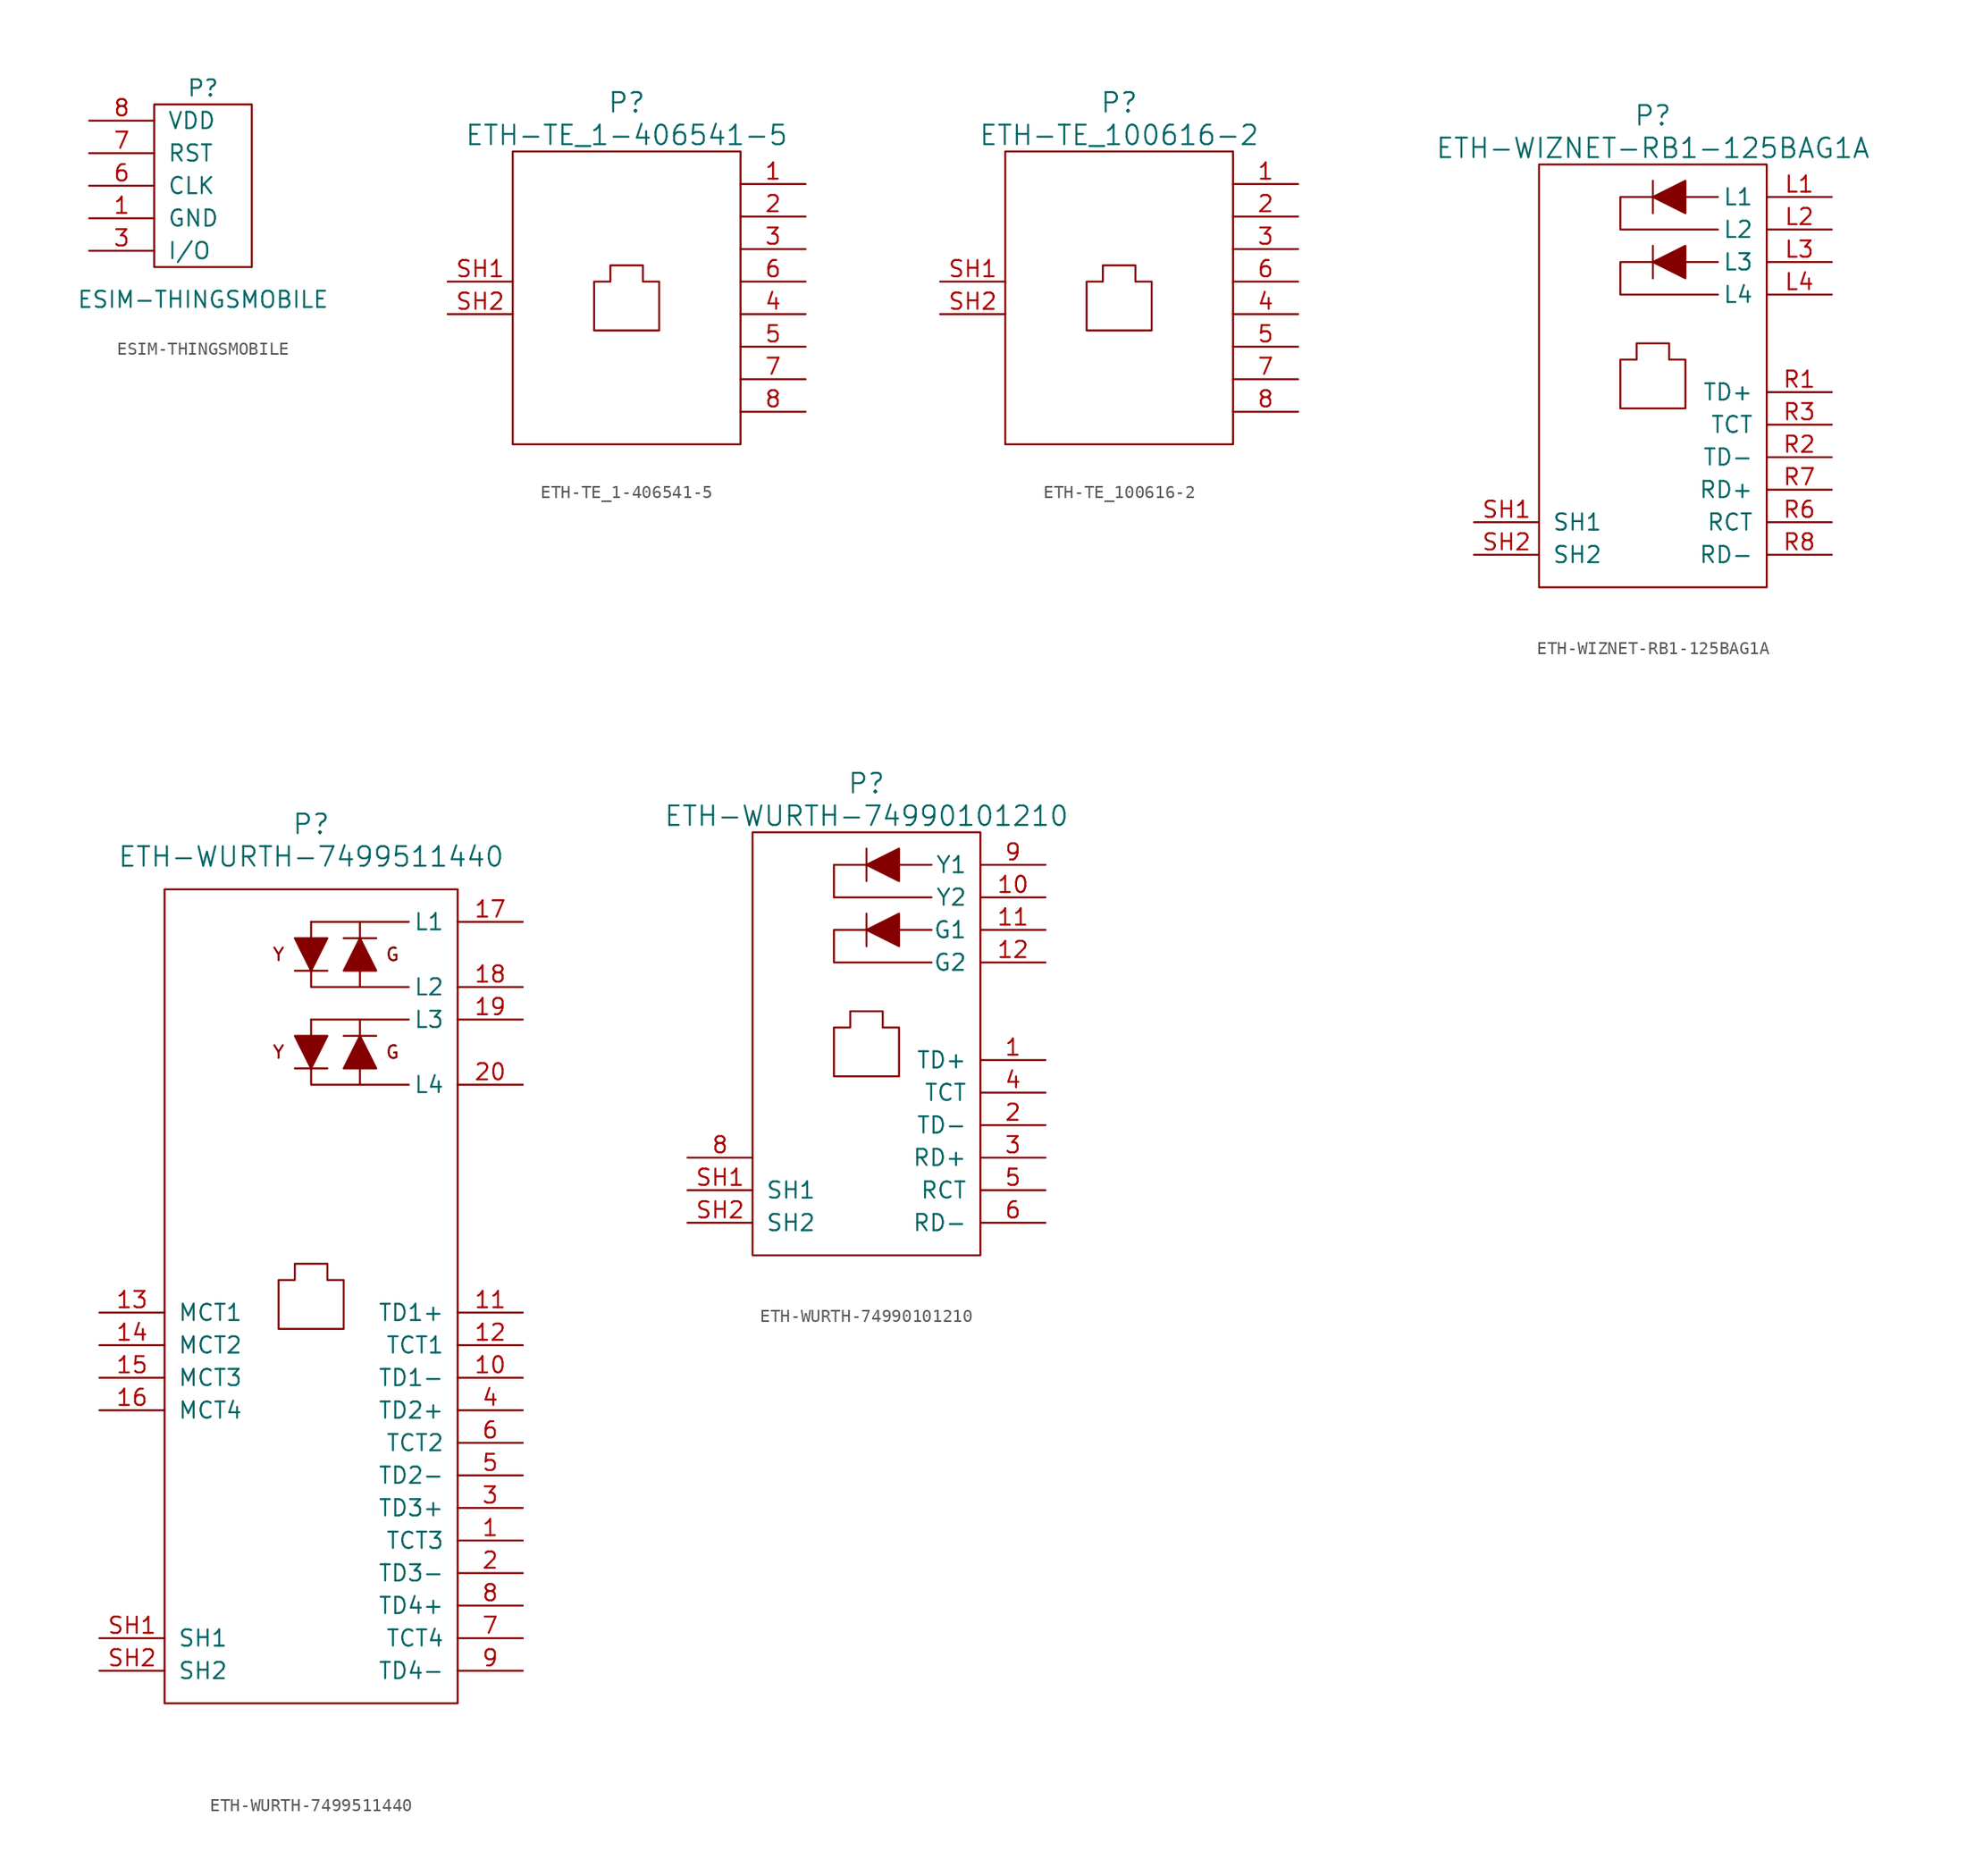
<source format=kicad_sym>
(kicad_symbol_lib
  (version 20201005)
  (generator kicad_symbol_editor)
  (symbol "ESIM-THINGSMOBILE"
    (pin_names
      (offset 1.016))
    (property "Reference" "P"
      (at 0 7.62 0)
      (effects (font (size 1.27 1.27))))
    (property "Value" "ESIM-THINGSMOBILE"
      (at 0 -8.89 0)
      (effects (font (size 1.27 1.27))))
    (symbol "ESIM-THINGSMOBILE_0_1"
      (rectangle (start -3.81 6.35) (end 3.81 -6.35) (stroke (width 0)) (fill (type none))))
    (symbol "ESIM-THINGSMOBILE_1_1"
      (pin power_in line (at -8.89 -2.54 0) (length 5.08) (name "GND" (effects (font (size 1.27 1.27)))) (number "1" (effects (font (size 1.27 1.27)))))
      (pin bidirectional line (at -8.89 -5.08 0) (length 5.08) (name "I/O" (effects (font (size 1.27 1.27)))) (number "3" (effects (font (size 1.27 1.27)))))
      (pin input line (at -8.89 0 0) (length 5.08) (name "CLK" (effects (font (size 1.27 1.27)))) (number "6" (effects (font (size 1.27 1.27)))))
      (pin input line (at -8.89 2.54 0) (length 5.08) (name "RST" (effects (font (size 1.27 1.27)))) (number "7" (effects (font (size 1.27 1.27)))))
      (pin power_in line (at -8.89 5.08 0) (length 5.08) (name "VDD" (effects (font (size 1.27 1.27)))) (number "8" (effects (font (size 1.27 1.27)))))))
  (symbol "ETH-TE_1-406541-5"
    (pin_names
      (offset 1.016))
    (property "Reference" "P"
      (at 0 15.24 0)
      (effects (font (size 1.524 1.524))))
    (property "Value" "ETH-TE_1-406541-5"
      (at 0 12.7 0)
      (effects (font (size 1.524 1.524))))
    (symbol "ETH-TE_1-406541-5_0_1"
      (rectangle (start 8.89 11.43) (end -8.89 -11.43) (stroke (width 0)) (fill (type none)))
      (polyline (pts (xy -2.54 -2.54) (xy 2.54 -2.54) (xy 2.54 0) (xy 2.54 1.27) (xy 1.27 1.27) (xy 1.27 2.54) (xy -1.27 2.54) (xy -1.27 1.27) (xy -2.54 1.27) (xy -2.54 -2.54)) (stroke (width 0)) (fill (type none))))
    (symbol "ETH-TE_1-406541-5_1_1"
      (pin passive line (at 13.97 8.89 180) (length 5.08) (name "~" (effects (font (size 1.27 1.27)))) (number "1" (effects (font (size 1.27 1.27)))))
      (pin passive line (at 13.97 6.35 180) (length 5.08) (name "~" (effects (font (size 1.27 1.27)))) (number "2" (effects (font (size 1.27 1.27)))))
      (pin passive line (at 13.97 3.81 180) (length 5.08) (name "~" (effects (font (size 1.27 1.27)))) (number "3" (effects (font (size 1.27 1.27)))))
      (pin passive line (at 13.97 -1.27 180) (length 5.08) (name "~" (effects (font (size 1.27 1.27)))) (number "4" (effects (font (size 1.27 1.27)))))
      (pin passive line (at 13.97 -3.81 180) (length 5.08) (name "~" (effects (font (size 1.27 1.27)))) (number "5" (effects (font (size 1.27 1.27)))))
      (pin passive line (at 13.97 1.27 180) (length 5.08) (name "~" (effects (font (size 1.27 1.27)))) (number "6" (effects (font (size 1.27 1.27)))))
      (pin bidirectional line (at 13.97 -6.35 180) (length 5.08) (name "~" (effects (font (size 1.27 1.27)))) (number "7" (effects (font (size 1.27 1.27)))))
      (pin passive line (at 13.97 -8.89 180) (length 5.08) (name "~" (effects (font (size 1.27 1.27)))) (number "8" (effects (font (size 1.27 1.27)))))
      (pin passive line (at -13.97 1.27 0) (length 5.08) (name "~" (effects (font (size 1.27 1.27)))) (number "SH1" (effects (font (size 1.27 1.27)))))
      (pin passive line (at -13.97 -1.27 0) (length 5.08) (name "~" (effects (font (size 1.27 1.27)))) (number "SH2" (effects (font (size 1.27 1.27)))))))
  (symbol "ETH-TE_100616-2"
    (pin_names
      (offset 1.016))
    (property "Reference" "P"
      (at 0 15.24 0)
      (effects (font (size 1.524 1.524))))
    (property "Value" "ETH-TE_100616-2"
      (at 0 12.7 0)
      (effects (font (size 1.524 1.524))))
    (symbol "ETH-TE_100616-2_0_1"
      (rectangle (start 8.89 11.43) (end -8.89 -11.43) (stroke (width 0)) (fill (type none)))
      (polyline (pts (xy -2.54 -2.54) (xy 2.54 -2.54) (xy 2.54 0) (xy 2.54 1.27) (xy 1.27 1.27) (xy 1.27 2.54) (xy -1.27 2.54) (xy -1.27 1.27) (xy -2.54 1.27) (xy -2.54 -2.54)) (stroke (width 0)) (fill (type none))))
    (symbol "ETH-TE_100616-2_1_1"
      (pin passive line (at 13.97 8.89 180) (length 5.08) (name "~" (effects (font (size 1.27 1.27)))) (number "1" (effects (font (size 1.27 1.27)))))
      (pin passive line (at 13.97 6.35 180) (length 5.08) (name "~" (effects (font (size 1.27 1.27)))) (number "2" (effects (font (size 1.27 1.27)))))
      (pin passive line (at 13.97 3.81 180) (length 5.08) (name "~" (effects (font (size 1.27 1.27)))) (number "3" (effects (font (size 1.27 1.27)))))
      (pin passive line (at 13.97 -1.27 180) (length 5.08) (name "~" (effects (font (size 1.27 1.27)))) (number "4" (effects (font (size 1.27 1.27)))))
      (pin passive line (at 13.97 -3.81 180) (length 5.08) (name "~" (effects (font (size 1.27 1.27)))) (number "5" (effects (font (size 1.27 1.27)))))
      (pin passive line (at 13.97 1.27 180) (length 5.08) (name "~" (effects (font (size 1.27 1.27)))) (number "6" (effects (font (size 1.27 1.27)))))
      (pin bidirectional line (at 13.97 -6.35 180) (length 5.08) (name "~" (effects (font (size 1.27 1.27)))) (number "7" (effects (font (size 1.27 1.27)))))
      (pin passive line (at 13.97 -8.89 180) (length 5.08) (name "~" (effects (font (size 1.27 1.27)))) (number "8" (effects (font (size 1.27 1.27)))))
      (pin passive line (at -13.97 1.27 0) (length 5.08) (name "~" (effects (font (size 1.27 1.27)))) (number "SH1" (effects (font (size 1.27 1.27)))))
      (pin passive line (at -13.97 -1.27 0) (length 5.08) (name "~" (effects (font (size 1.27 1.27)))) (number "SH2" (effects (font (size 1.27 1.27)))))))
  (symbol "ETH-WIZNET-RB1-125BAG1A"
    (pin_names
      (offset 1.016))
    (property "Reference" "P"
      (at 0 20.32 0)
      (effects (font (size 1.524 1.524))))
    (property "Value" "ETH-WIZNET-RB1-125BAG1A"
      (at 0 17.78 0)
      (effects (font (size 1.524 1.524))))
    (symbol "ETH-WIZNET-RB1-125BAG1A_0_1"
      (rectangle (start 8.89 16.51) (end -8.89 -16.51) (stroke (width 0)) (fill (type none)))
      (polyline (pts (xy 0 10.16) (xy 0 7.62)) (stroke (width 0)) (fill (type none)))
      (polyline (pts (xy 0 15.24) (xy 0 12.7)) (stroke (width 0)) (fill (type none)))
      (polyline (pts (xy 5.08 8.89) (xy 2.54 8.89)) (stroke (width 0)) (fill (type none)))
      (polyline (pts (xy 0 8.89) (xy -2.54 8.89) (xy -2.54 6.35) (xy 5.08 6.35)) (stroke (width 0)) (fill (type none)))
      (polyline (pts (xy 0 13.97) (xy -2.54 13.97) (xy -2.54 11.43) (xy 5.08 11.43)) (stroke (width 0)) (fill (type none)))
      (polyline (pts (xy 2.54 8.89) (xy 2.54 10.16) (xy 0 8.89) (xy 2.54 7.62) (xy 2.54 8.89)) (stroke (width 0)) (fill (type outline)))
      (polyline (pts (xy 5.08 13.97) (xy 2.54 13.97) (xy 2.54 15.24) (xy 0 13.97) (xy 2.54 12.7) (xy 2.54 13.97)) (stroke (width 0)) (fill (type outline)))
      (polyline (pts (xy -2.54 -2.54) (xy 2.54 -2.54) (xy 2.54 0) (xy 2.54 1.27) (xy 1.27 1.27) (xy 1.27 2.54) (xy -1.27 2.54) (xy -1.27 1.27) (xy -2.54 1.27) (xy -2.54 -2.54)) (stroke (width 0)) (fill (type none))))
    (symbol "ETH-WIZNET-RB1-125BAG1A_1_1"
      (pin passive line (at 13.97 13.97 180) (length 5.08) (name "L1" (effects (font (size 1.27 1.27)))) (number "L1" (effects (font (size 1.27 1.27)))))
      (pin passive line (at 13.97 11.43 180) (length 5.08) (name "L2" (effects (font (size 1.27 1.27)))) (number "L2" (effects (font (size 1.27 1.27)))))
      (pin passive line (at 13.97 8.89 180) (length 5.08) (name "L3" (effects (font (size 1.27 1.27)))) (number "L3" (effects (font (size 1.27 1.27)))))
      (pin passive line (at 13.97 6.35 180) (length 5.08) (name "L4" (effects (font (size 1.27 1.27)))) (number "L4" (effects (font (size 1.27 1.27)))))
      (pin passive line (at 13.97 -1.27 180) (length 5.08) (name "TD+" (effects (font (size 1.27 1.27)))) (number "R1" (effects (font (size 1.27 1.27)))))
      (pin passive line (at 13.97 -6.35 180) (length 5.08) (name "TD-" (effects (font (size 1.27 1.27)))) (number "R2" (effects (font (size 1.27 1.27)))))
      (pin passive line (at 13.97 -3.81 180) (length 5.08) (name "TCT" (effects (font (size 1.27 1.27)))) (number "R3" (effects (font (size 1.27 1.27)))))
      (pin unconnected line (at -13.97 -3.81 0) (length 5.08) hide (name "R4" (effects (font (size 1.27 1.27)))) (number "R4" (effects (font (size 1.27 1.27)))))
      (pin unconnected line (at -13.97 -6.35 0) (length 5.08) hide (name "R5" (effects (font (size 1.27 1.27)))) (number "R5" (effects (font (size 1.27 1.27)))))
      (pin passive line (at 13.97 -11.43 180) (length 5.08) (name "RCT" (effects (font (size 1.27 1.27)))) (number "R6" (effects (font (size 1.27 1.27)))))
      (pin passive line (at 13.97 -8.89 180) (length 5.08) (name "RD+" (effects (font (size 1.27 1.27)))) (number "R7" (effects (font (size 1.27 1.27)))))
      (pin passive line (at 13.97 -13.97 180) (length 5.08) (name "RD-" (effects (font (size 1.27 1.27)))) (number "R8" (effects (font (size 1.27 1.27)))))
      (pin passive line (at -13.97 -11.43 0) (length 5.08) (name "SH1" (effects (font (size 1.27 1.27)))) (number "SH1" (effects (font (size 1.27 1.27)))))
      (pin passive line (at -13.97 -13.97 0) (length 5.08) (name "SH2" (effects (font (size 1.27 1.27)))) (number "SH2" (effects (font (size 1.27 1.27)))))))
  (symbol "ETH-WURTH-7499511440"
    (pin_names
      (offset 1.016))
    (property "Reference" "P"
      (at 0 36.83 0)
      (effects (font (size 1.524 1.524))))
    (property "Value" "ETH-WURTH-7499511440"
      (at 0 34.29 0)
      (effects (font (size 1.524 1.524))))
    (symbol "ETH-WURTH-7499511440_0_0"
      (text "G" (at 6.35 19.05 0) (effects (font (size 0.991 0.991))))
      (text "G" (at 6.35 26.67 0) (effects (font (size 0.991 0.991))))
      (text "Y" (at -2.54 19.05 0) (effects (font (size 0.991 0.991))))
      (text "Y" (at -2.54 26.67 0) (effects (font (size 0.991 0.991)))))
    (symbol "ETH-WURTH-7499511440_0_1"
      (rectangle (start 11.43 31.75) (end -11.43 -31.75) (stroke (width 0)) (fill (type none)))
      (polyline (pts (xy -1.27 17.78) (xy 1.27 17.78)) (stroke (width 0)) (fill (type none)))
      (polyline (pts (xy -1.27 25.4) (xy 1.27 25.4)) (stroke (width 0)) (fill (type none)))
      (polyline (pts (xy 0 21.59) (xy 0 20.32)) (stroke (width 0)) (fill (type none)))
      (polyline (pts (xy 0 29.21) (xy 0 27.94)) (stroke (width 0)) (fill (type none)))
      (polyline (pts (xy 2.54 20.32) (xy 5.08 20.32)) (stroke (width 0)) (fill (type none)))
      (polyline (pts (xy 2.54 27.94) (xy 5.08 27.94)) (stroke (width 0)) (fill (type none)))
      (polyline (pts (xy 3.81 16.51) (xy 7.62 16.51)) (stroke (width 0)) (fill (type none)))
      (polyline (pts (xy 3.81 21.59) (xy 7.62 21.59)) (stroke (width 0)) (fill (type none)))
      (polyline (pts (xy 3.81 24.13) (xy 7.62 24.13)) (stroke (width 0)) (fill (type none)))
      (polyline (pts (xy 3.81 29.21) (xy 7.62 29.21)) (stroke (width 0)) (fill (type none)))
      (polyline (pts (xy 3.81 20.32) (xy 3.81 21.59) (xy 0 21.59)) (stroke (width 0)) (fill (type none)))
      (polyline (pts (xy 3.81 27.94) (xy 3.81 29.21) (xy 0 29.21)) (stroke (width 0)) (fill (type none)))
      (polyline (pts (xy 0 17.78) (xy 0 16.51) (xy 3.81 16.51) (xy 3.81 17.78)) (stroke (width 0)) (fill (type none)))
      (polyline (pts (xy 0 25.4) (xy 0 24.13) (xy 3.81 24.13) (xy 3.81 25.4)) (stroke (width 0)) (fill (type none)))
      (polyline (pts (xy 0 20.32) (xy -1.27 20.32) (xy 0 17.78) (xy 1.27 20.32) (xy 0 20.32)) (stroke (width 0)) (fill (type outline)))
      (polyline (pts (xy 0 27.94) (xy -1.27 27.94) (xy 0 25.4) (xy 1.27 27.94) (xy 0 27.94)) (stroke (width 0)) (fill (type outline)))
      (polyline (pts (xy -2.54 -2.54) (xy 2.54 -2.54) (xy 2.54 0) (xy 2.54 1.27) (xy 1.27 1.27) (xy 1.27 2.54) (xy -1.27 2.54) (xy -1.27 1.27) (xy -2.54 1.27) (xy -2.54 -2.54)) (stroke (width 0)) (fill (type none))))
    (symbol "ETH-WURTH-7499511440_1_1"
      (polyline (pts (xy 3.81 17.78) (xy 5.08 17.78) (xy 3.81 20.32) (xy 2.54 17.78) (xy 3.81 17.78)) (stroke (width 0)) (fill (type outline)))
      (polyline (pts (xy 3.81 25.4) (xy 5.08 25.4) (xy 3.81 27.94) (xy 2.54 25.4) (xy 3.81 25.4)) (stroke (width 0)) (fill (type outline)))
      (pin passive line (at 16.51 -19.05 180) (length 5.08) (name "TCT3" (effects (font (size 1.27 1.27)))) (number "1" (effects (font (size 1.27 1.27)))))
      (pin passive line (at 16.51 -6.35 180) (length 5.08) (name "TD1-" (effects (font (size 1.27 1.27)))) (number "10" (effects (font (size 1.27 1.27)))))
      (pin passive line (at 16.51 -1.27 180) (length 5.08) (name "TD1+" (effects (font (size 1.27 1.27)))) (number "11" (effects (font (size 1.27 1.27)))))
      (pin passive line (at 16.51 -3.81 180) (length 5.08) (name "TCT1" (effects (font (size 1.27 1.27)))) (number "12" (effects (font (size 1.27 1.27)))))
      (pin passive line (at -16.51 -1.27 0) (length 5.08) (name "MCT1" (effects (font (size 1.27 1.27)))) (number "13" (effects (font (size 1.27 1.27)))))
      (pin passive line (at -16.51 -3.81 0) (length 5.08) (name "MCT2" (effects (font (size 1.27 1.27)))) (number "14" (effects (font (size 1.27 1.27)))))
      (pin passive line (at -16.51 -6.35 0) (length 5.08) (name "MCT3" (effects (font (size 1.27 1.27)))) (number "15" (effects (font (size 1.27 1.27)))))
      (pin passive line (at -16.51 -8.89 0) (length 5.08) (name "MCT4" (effects (font (size 1.27 1.27)))) (number "16" (effects (font (size 1.27 1.27)))))
      (pin passive line (at 16.51 29.21 180) (length 5.08) (name "L1" (effects (font (size 1.27 1.27)))) (number "17" (effects (font (size 1.27 1.27)))))
      (pin passive line (at 16.51 24.13 180) (length 5.08) (name "L2" (effects (font (size 1.27 1.27)))) (number "18" (effects (font (size 1.27 1.27)))))
      (pin passive line (at 16.51 21.59 180) (length 5.08) (name "L3" (effects (font (size 1.27 1.27)))) (number "19" (effects (font (size 1.27 1.27)))))
      (pin passive line (at 16.51 -21.59 180) (length 5.08) (name "TD3-" (effects (font (size 1.27 1.27)))) (number "2" (effects (font (size 1.27 1.27)))))
      (pin passive line (at 16.51 16.51 180) (length 5.08) (name "L4" (effects (font (size 1.27 1.27)))) (number "20" (effects (font (size 1.27 1.27)))))
      (pin passive line (at 16.51 -16.51 180) (length 5.08) (name "TD3+" (effects (font (size 1.27 1.27)))) (number "3" (effects (font (size 1.27 1.27)))))
      (pin passive line (at 16.51 -8.89 180) (length 5.08) (name "TD2+" (effects (font (size 1.27 1.27)))) (number "4" (effects (font (size 1.27 1.27)))))
      (pin passive line (at 16.51 -13.97 180) (length 5.08) (name "TD2-" (effects (font (size 1.27 1.27)))) (number "5" (effects (font (size 1.27 1.27)))))
      (pin passive line (at 16.51 -11.43 180) (length 5.08) (name "TCT2" (effects (font (size 1.27 1.27)))) (number "6" (effects (font (size 1.27 1.27)))))
      (pin passive line (at 16.51 -26.67 180) (length 5.08) (name "TCT4" (effects (font (size 1.27 1.27)))) (number "7" (effects (font (size 1.27 1.27)))))
      (pin passive line (at 16.51 -24.13 180) (length 5.08) (name "TD4+" (effects (font (size 1.27 1.27)))) (number "8" (effects (font (size 1.27 1.27)))))
      (pin passive line (at 16.51 -29.21 180) (length 5.08) (name "TD4-" (effects (font (size 1.27 1.27)))) (number "9" (effects (font (size 1.27 1.27)))))
      (pin passive line (at -16.51 -26.67 0) (length 5.08) (name "SH1" (effects (font (size 1.27 1.27)))) (number "SH1" (effects (font (size 1.27 1.27)))))
      (pin passive line (at -16.51 -29.21 0) (length 5.08) (name "SH2" (effects (font (size 1.27 1.27)))) (number "SH2" (effects (font (size 1.27 1.27)))))))
  (symbol "ETH-WURTH-74990101210"
    (pin_names
      (offset 1.016))
    (property "Reference" "P"
      (at 0 20.32 0)
      (effects (font (size 1.524 1.524))))
    (property "Value" "ETH-WURTH-74990101210"
      (at 0 17.78 0)
      (effects (font (size 1.524 1.524))))
    (symbol "ETH-WURTH-74990101210_0_1"
      (rectangle (start 8.89 16.51) (end -8.89 -16.51) (stroke (width 0)) (fill (type none)))
      (polyline (pts (xy 0 10.16) (xy 0 7.62)) (stroke (width 0)) (fill (type none)))
      (polyline (pts (xy 0 15.24) (xy 0 12.7)) (stroke (width 0)) (fill (type none)))
      (polyline (pts (xy 5.08 8.89) (xy 2.54 8.89)) (stroke (width 0)) (fill (type none)))
      (polyline (pts (xy 0 8.89) (xy -2.54 8.89) (xy -2.54 6.35) (xy 5.08 6.35)) (stroke (width 0)) (fill (type none)))
      (polyline (pts (xy 0 13.97) (xy -2.54 13.97) (xy -2.54 11.43) (xy 5.08 11.43)) (stroke (width 0)) (fill (type none)))
      (polyline (pts (xy 2.54 8.89) (xy 2.54 10.16) (xy 0 8.89) (xy 2.54 7.62) (xy 2.54 8.89)) (stroke (width 0)) (fill (type outline)))
      (polyline (pts (xy 5.08 13.97) (xy 2.54 13.97) (xy 2.54 15.24) (xy 0 13.97) (xy 2.54 12.7) (xy 2.54 13.97)) (stroke (width 0)) (fill (type outline)))
      (polyline (pts (xy -2.54 -2.54) (xy 2.54 -2.54) (xy 2.54 0) (xy 2.54 1.27) (xy 1.27 1.27) (xy 1.27 2.54) (xy -1.27 2.54) (xy -1.27 1.27) (xy -2.54 1.27) (xy -2.54 -2.54)) (stroke (width 0)) (fill (type none))))
    (symbol "ETH-WURTH-74990101210_1_1"
      (pin passive line (at 13.97 -1.27 180) (length 5.08) (name "TD+" (effects (font (size 1.27 1.27)))) (number "1" (effects (font (size 1.27 1.27)))))
      (pin passive line (at 13.97 11.43 180) (length 5.08) (name "Y2" (effects (font (size 1.27 1.27)))) (number "10" (effects (font (size 1.27 1.27)))))
      (pin passive line (at 13.97 8.89 180) (length 5.08) (name "G1" (effects (font (size 1.27 1.27)))) (number "11" (effects (font (size 1.27 1.27)))))
      (pin passive line (at 13.97 6.35 180) (length 5.08) (name "G2" (effects (font (size 1.27 1.27)))) (number "12" (effects (font (size 1.27 1.27)))))
      (pin passive line (at 13.97 -6.35 180) (length 5.08) (name "TD-" (effects (font (size 1.27 1.27)))) (number "2" (effects (font (size 1.27 1.27)))))
      (pin passive line (at 13.97 -8.89 180) (length 5.08) (name "RD+" (effects (font (size 1.27 1.27)))) (number "3" (effects (font (size 1.27 1.27)))))
      (pin passive line (at 13.97 -3.81 180) (length 5.08) (name "TCT" (effects (font (size 1.27 1.27)))) (number "4" (effects (font (size 1.27 1.27)))))
      (pin passive line (at 13.97 -11.43 180) (length 5.08) (name "RCT" (effects (font (size 1.27 1.27)))) (number "5" (effects (font (size 1.27 1.27)))))
      (pin passive line (at 13.97 -13.97 180) (length 5.08) (name "RD-" (effects (font (size 1.27 1.27)))) (number "6" (effects (font (size 1.27 1.27)))))
      (pin unconnected line (at -13.97 -6.35 0) (length 5.08) hide (name "~" (effects (font (size 1.27 1.27)))) (number "7" (effects (font (size 1.27 1.27)))))
      (pin passive line (at -13.97 -8.89 0) (length 5.08) (name "~" (effects (font (size 1.27 1.27)))) (number "8" (effects (font (size 1.27 1.27)))))
      (pin passive line (at 13.97 13.97 180) (length 5.08) (name "Y1" (effects (font (size 1.27 1.27)))) (number "9" (effects (font (size 1.27 1.27)))))
      (pin passive line (at -13.97 -11.43 0) (length 5.08) (name "SH1" (effects (font (size 1.27 1.27)))) (number "SH1" (effects (font (size 1.27 1.27)))))
      (pin passive line (at -13.97 -13.97 0) (length 5.08) (name "SH2" (effects (font (size 1.27 1.27)))) (number "SH2" (effects (font (size 1.27 1.27))))))))
</source>
